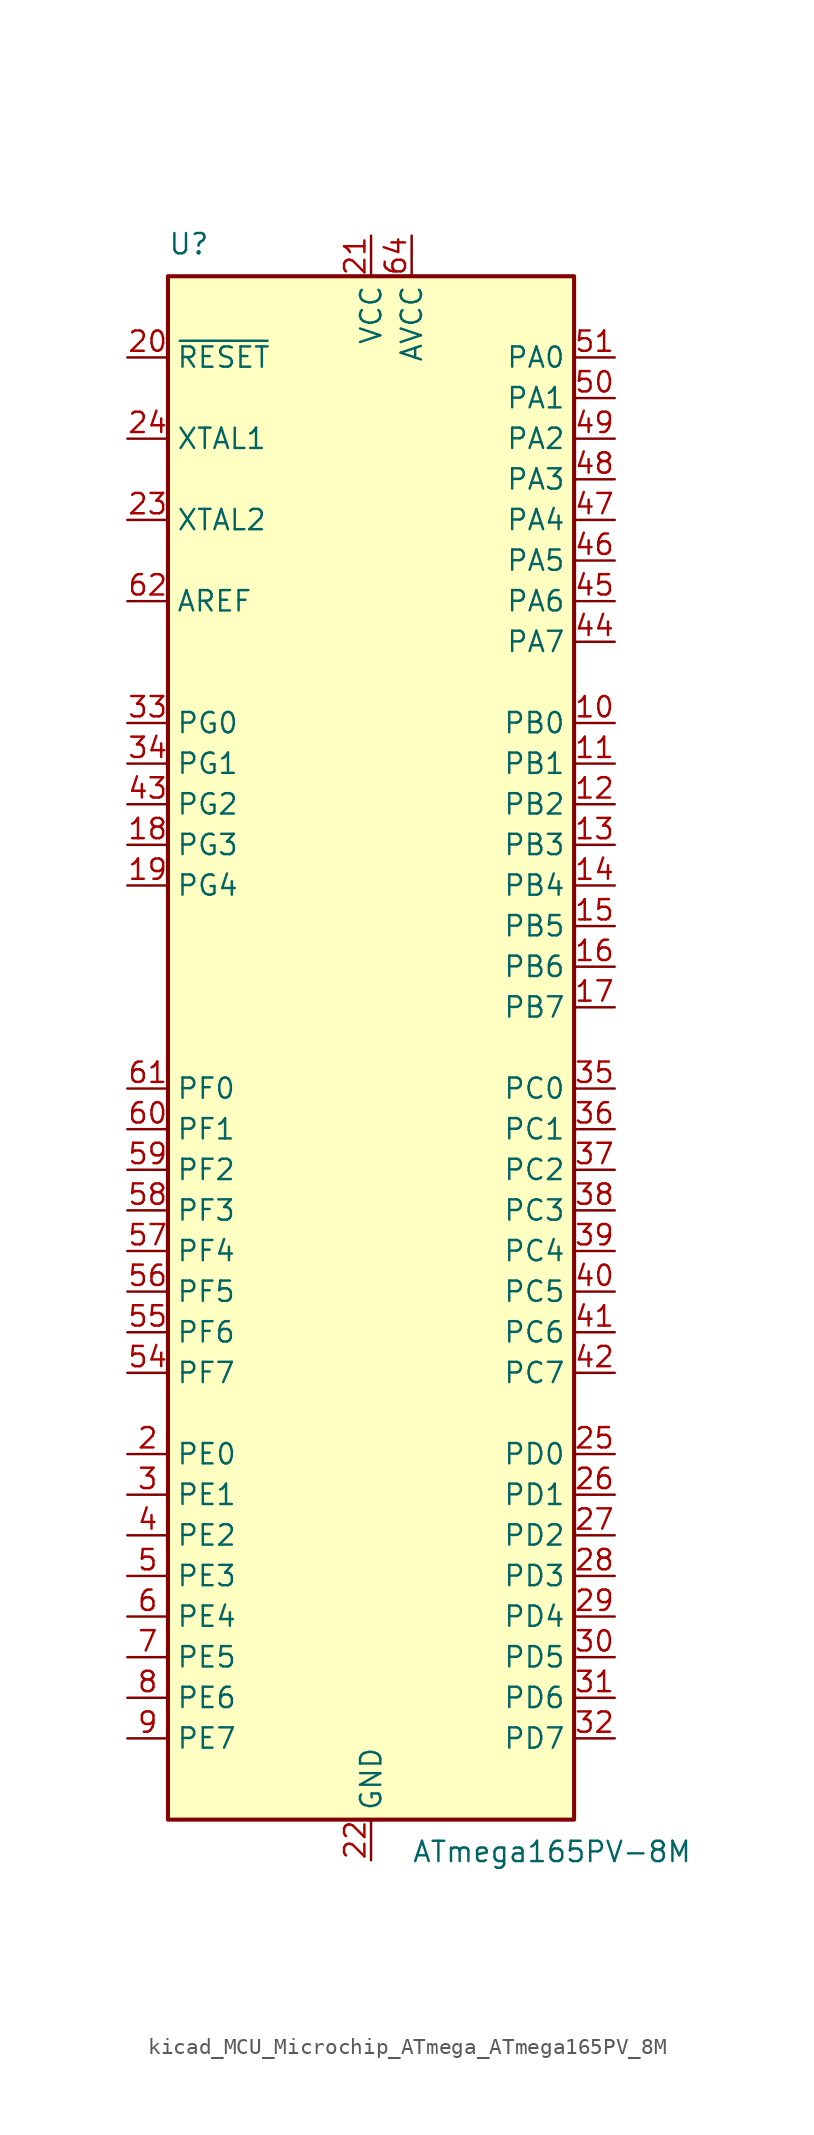
<source format=kicad_sym>
(kicad_symbol_lib
  (version 20220914)
  (generator kicad_symbol_editor)
  (symbol "kicad_MCU_Microchip_ATmega_ATmega165PV_8M"
    (property "Reference" "U"
      (at -12.7 49.53 0)
      (effects (font (size 1.27 1.27)) (justify left bottom)))
    (property "Value" "ATmega165PV-8M"
      (at 2.54 -49.53 0)
      (effects (font (size 1.27 1.27)) (justify left top)))
    (symbol "kicad_MCU_Microchip_ATmega_ATmega165PV_8M_0_1"
      (rectangle (start -12.7 -48.26) (end 12.7 48.26) (stroke (width 0.254) (type default)) (fill (type background))))
    (symbol "kicad_MCU_Microchip_ATmega_ATmega165PV_8M_1_1"
      (pin no_connect line (at -12.7 -45.72 0) (length 2.54) hide (name "NC" (effects (font (size 1.27 1.27)))) (number "1" (effects (font (size 1.27 1.27)))))
      (pin bidirectional line (at 15.24 20.32 180) (length 2.54) (name "PB0" (effects (font (size 1.27 1.27)))) (number "10" (effects (font (size 1.27 1.27)))))
      (pin bidirectional line (at 15.24 17.78 180) (length 2.54) (name "PB1" (effects (font (size 1.27 1.27)))) (number "11" (effects (font (size 1.27 1.27)))))
      (pin bidirectional line (at 15.24 15.24 180) (length 2.54) (name "PB2" (effects (font (size 1.27 1.27)))) (number "12" (effects (font (size 1.27 1.27)))))
      (pin bidirectional line (at 15.24 12.7 180) (length 2.54) (name "PB3" (effects (font (size 1.27 1.27)))) (number "13" (effects (font (size 1.27 1.27)))))
      (pin bidirectional line (at 15.24 10.16 180) (length 2.54) (name "PB4" (effects (font (size 1.27 1.27)))) (number "14" (effects (font (size 1.27 1.27)))))
      (pin bidirectional line (at 15.24 7.62 180) (length 2.54) (name "PB5" (effects (font (size 1.27 1.27)))) (number "15" (effects (font (size 1.27 1.27)))))
      (pin bidirectional line (at 15.24 5.08 180) (length 2.54) (name "PB6" (effects (font (size 1.27 1.27)))) (number "16" (effects (font (size 1.27 1.27)))))
      (pin bidirectional line (at 15.24 2.54 180) (length 2.54) (name "PB7" (effects (font (size 1.27 1.27)))) (number "17" (effects (font (size 1.27 1.27)))))
      (pin bidirectional line (at -15.24 12.7 0) (length 2.54) (name "PG3" (effects (font (size 1.27 1.27)))) (number "18" (effects (font (size 1.27 1.27)))))
      (pin bidirectional line (at -15.24 10.16 0) (length 2.54) (name "PG4" (effects (font (size 1.27 1.27)))) (number "19" (effects (font (size 1.27 1.27)))))
      (pin bidirectional line (at -15.24 -25.4 0) (length 2.54) (name "PE0" (effects (font (size 1.27 1.27)))) (number "2" (effects (font (size 1.27 1.27)))))
      (pin input line (at -15.24 43.18 0) (length 2.54) (name "~{RESET}" (effects (font (size 1.27 1.27)))) (number "20" (effects (font (size 1.27 1.27)))))
      (pin power_in line (at 0 50.8 270) (length 2.54) (name "VCC" (effects (font (size 1.27 1.27)))) (number "21" (effects (font (size 1.27 1.27)))))
      (pin power_in line (at 0 -50.8 90) (length 2.54) (name "GND" (effects (font (size 1.27 1.27)))) (number "22" (effects (font (size 1.27 1.27)))))
      (pin output line (at -15.24 33.02 0) (length 2.54) (name "XTAL2" (effects (font (size 1.27 1.27)))) (number "23" (effects (font (size 1.27 1.27)))))
      (pin input line (at -15.24 38.1 0) (length 2.54) (name "XTAL1" (effects (font (size 1.27 1.27)))) (number "24" (effects (font (size 1.27 1.27)))))
      (pin bidirectional line (at 15.24 -25.4 180) (length 2.54) (name "PD0" (effects (font (size 1.27 1.27)))) (number "25" (effects (font (size 1.27 1.27)))))
      (pin bidirectional line (at 15.24 -27.94 180) (length 2.54) (name "PD1" (effects (font (size 1.27 1.27)))) (number "26" (effects (font (size 1.27 1.27)))))
      (pin bidirectional line (at 15.24 -30.48 180) (length 2.54) (name "PD2" (effects (font (size 1.27 1.27)))) (number "27" (effects (font (size 1.27 1.27)))))
      (pin bidirectional line (at 15.24 -33.02 180) (length 2.54) (name "PD3" (effects (font (size 1.27 1.27)))) (number "28" (effects (font (size 1.27 1.27)))))
      (pin bidirectional line (at 15.24 -35.56 180) (length 2.54) (name "PD4" (effects (font (size 1.27 1.27)))) (number "29" (effects (font (size 1.27 1.27)))))
      (pin bidirectional line (at -15.24 -27.94 0) (length 2.54) (name "PE1" (effects (font (size 1.27 1.27)))) (number "3" (effects (font (size 1.27 1.27)))))
      (pin bidirectional line (at 15.24 -38.1 180) (length 2.54) (name "PD5" (effects (font (size 1.27 1.27)))) (number "30" (effects (font (size 1.27 1.27)))))
      (pin bidirectional line (at 15.24 -40.64 180) (length 2.54) (name "PD6" (effects (font (size 1.27 1.27)))) (number "31" (effects (font (size 1.27 1.27)))))
      (pin bidirectional line (at 15.24 -43.18 180) (length 2.54) (name "PD7" (effects (font (size 1.27 1.27)))) (number "32" (effects (font (size 1.27 1.27)))))
      (pin bidirectional line (at -15.24 20.32 0) (length 2.54) (name "PG0" (effects (font (size 1.27 1.27)))) (number "33" (effects (font (size 1.27 1.27)))))
      (pin bidirectional line (at -15.24 17.78 0) (length 2.54) (name "PG1" (effects (font (size 1.27 1.27)))) (number "34" (effects (font (size 1.27 1.27)))))
      (pin bidirectional line (at 15.24 -2.54 180) (length 2.54) (name "PC0" (effects (font (size 1.27 1.27)))) (number "35" (effects (font (size 1.27 1.27)))))
      (pin bidirectional line (at 15.24 -5.08 180) (length 2.54) (name "PC1" (effects (font (size 1.27 1.27)))) (number "36" (effects (font (size 1.27 1.27)))))
      (pin bidirectional line (at 15.24 -7.62 180) (length 2.54) (name "PC2" (effects (font (size 1.27 1.27)))) (number "37" (effects (font (size 1.27 1.27)))))
      (pin bidirectional line (at 15.24 -10.16 180) (length 2.54) (name "PC3" (effects (font (size 1.27 1.27)))) (number "38" (effects (font (size 1.27 1.27)))))
      (pin bidirectional line (at 15.24 -12.7 180) (length 2.54) (name "PC4" (effects (font (size 1.27 1.27)))) (number "39" (effects (font (size 1.27 1.27)))))
      (pin bidirectional line (at -15.24 -30.48 0) (length 2.54) (name "PE2" (effects (font (size 1.27 1.27)))) (number "4" (effects (font (size 1.27 1.27)))))
      (pin bidirectional line (at 15.24 -15.24 180) (length 2.54) (name "PC5" (effects (font (size 1.27 1.27)))) (number "40" (effects (font (size 1.27 1.27)))))
      (pin bidirectional line (at 15.24 -17.78 180) (length 2.54) (name "PC6" (effects (font (size 1.27 1.27)))) (number "41" (effects (font (size 1.27 1.27)))))
      (pin bidirectional line (at 15.24 -20.32 180) (length 2.54) (name "PC7" (effects (font (size 1.27 1.27)))) (number "42" (effects (font (size 1.27 1.27)))))
      (pin bidirectional line (at -15.24 15.24 0) (length 2.54) (name "PG2" (effects (font (size 1.27 1.27)))) (number "43" (effects (font (size 1.27 1.27)))))
      (pin bidirectional line (at 15.24 25.4 180) (length 2.54) (name "PA7" (effects (font (size 1.27 1.27)))) (number "44" (effects (font (size 1.27 1.27)))))
      (pin bidirectional line (at 15.24 27.94 180) (length 2.54) (name "PA6" (effects (font (size 1.27 1.27)))) (number "45" (effects (font (size 1.27 1.27)))))
      (pin bidirectional line (at 15.24 30.48 180) (length 2.54) (name "PA5" (effects (font (size 1.27 1.27)))) (number "46" (effects (font (size 1.27 1.27)))))
      (pin bidirectional line (at 15.24 33.02 180) (length 2.54) (name "PA4" (effects (font (size 1.27 1.27)))) (number "47" (effects (font (size 1.27 1.27)))))
      (pin bidirectional line (at 15.24 35.56 180) (length 2.54) (name "PA3" (effects (font (size 1.27 1.27)))) (number "48" (effects (font (size 1.27 1.27)))))
      (pin bidirectional line (at 15.24 38.1 180) (length 2.54) (name "PA2" (effects (font (size 1.27 1.27)))) (number "49" (effects (font (size 1.27 1.27)))))
      (pin bidirectional line (at -15.24 -33.02 0) (length 2.54) (name "PE3" (effects (font (size 1.27 1.27)))) (number "5" (effects (font (size 1.27 1.27)))))
      (pin bidirectional line (at 15.24 40.64 180) (length 2.54) (name "PA1" (effects (font (size 1.27 1.27)))) (number "50" (effects (font (size 1.27 1.27)))))
      (pin bidirectional line (at 15.24 43.18 180) (length 2.54) (name "PA0" (effects (font (size 1.27 1.27)))) (number "51" (effects (font (size 1.27 1.27)))))
      (pin passive line (at 0 50.8 270) (length 2.54) hide (name "VCC" (effects (font (size 1.27 1.27)))) (number "52" (effects (font (size 1.27 1.27)))))
      (pin passive line (at 0 -50.8 90) (length 2.54) hide (name "GND" (effects (font (size 1.27 1.27)))) (number "53" (effects (font (size 1.27 1.27)))))
      (pin bidirectional line (at -15.24 -20.32 0) (length 2.54) (name "PF7" (effects (font (size 1.27 1.27)))) (number "54" (effects (font (size 1.27 1.27)))))
      (pin bidirectional line (at -15.24 -17.78 0) (length 2.54) (name "PF6" (effects (font (size 1.27 1.27)))) (number "55" (effects (font (size 1.27 1.27)))))
      (pin bidirectional line (at -15.24 -15.24 0) (length 2.54) (name "PF5" (effects (font (size 1.27 1.27)))) (number "56" (effects (font (size 1.27 1.27)))))
      (pin bidirectional line (at -15.24 -12.7 0) (length 2.54) (name "PF4" (effects (font (size 1.27 1.27)))) (number "57" (effects (font (size 1.27 1.27)))))
      (pin bidirectional line (at -15.24 -10.16 0) (length 2.54) (name "PF3" (effects (font (size 1.27 1.27)))) (number "58" (effects (font (size 1.27 1.27)))))
      (pin bidirectional line (at -15.24 -7.62 0) (length 2.54) (name "PF2" (effects (font (size 1.27 1.27)))) (number "59" (effects (font (size 1.27 1.27)))))
      (pin bidirectional line (at -15.24 -35.56 0) (length 2.54) (name "PE4" (effects (font (size 1.27 1.27)))) (number "6" (effects (font (size 1.27 1.27)))))
      (pin bidirectional line (at -15.24 -5.08 0) (length 2.54) (name "PF1" (effects (font (size 1.27 1.27)))) (number "60" (effects (font (size 1.27 1.27)))))
      (pin bidirectional line (at -15.24 -2.54 0) (length 2.54) (name "PF0" (effects (font (size 1.27 1.27)))) (number "61" (effects (font (size 1.27 1.27)))))
      (pin passive line (at -15.24 27.94 0) (length 2.54) (name "AREF" (effects (font (size 1.27 1.27)))) (number "62" (effects (font (size 1.27 1.27)))))
      (pin passive line (at 0 -50.8 90) (length 2.54) hide (name "GND" (effects (font (size 1.27 1.27)))) (number "63" (effects (font (size 1.27 1.27)))))
      (pin power_in line (at 2.54 50.8 270) (length 2.54) (name "AVCC" (effects (font (size 1.27 1.27)))) (number "64" (effects (font (size 1.27 1.27)))))
      (pin passive line (at 0 -50.8 90) (length 2.54) hide (name "GND" (effects (font (size 1.27 1.27)))) (number "65" (effects (font (size 1.27 1.27)))))
      (pin bidirectional line (at -15.24 -38.1 0) (length 2.54) (name "PE5" (effects (font (size 1.27 1.27)))) (number "7" (effects (font (size 1.27 1.27)))))
      (pin bidirectional line (at -15.24 -40.64 0) (length 2.54) (name "PE6" (effects (font (size 1.27 1.27)))) (number "8" (effects (font (size 1.27 1.27)))))
      (pin bidirectional line (at -15.24 -43.18 0) (length 2.54) (name "PE7" (effects (font (size 1.27 1.27)))) (number "9" (effects (font (size 1.27 1.27))))))))
</source>
